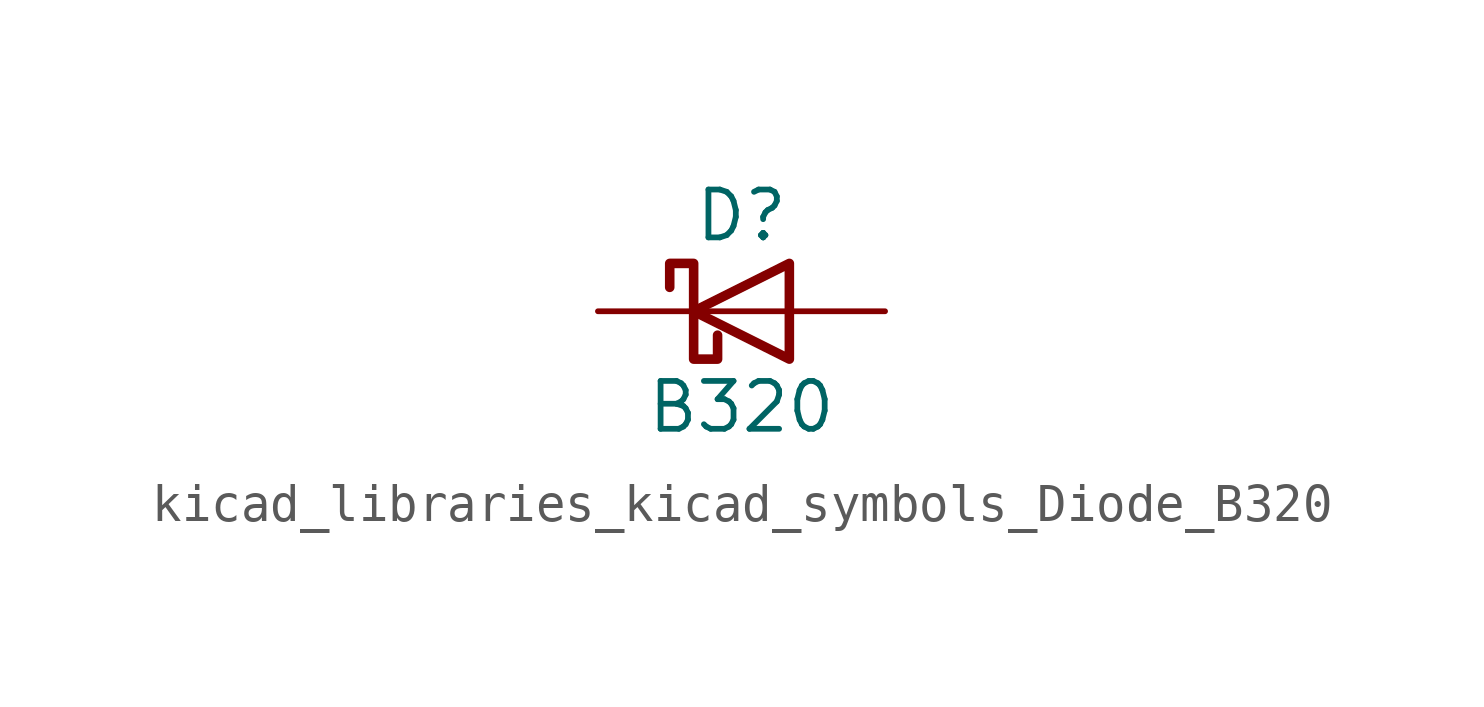
<source format=kicad_sym>
(kicad_symbol_lib
  (version 20220914)
  (generator kicad_symbol_editor)
  (symbol "kicad_libraries_kicad_symbols_Diode_B320"
    (pin_numbers hide)
    (pin_names
      (offset 1.016) hide)
    (property "Reference" "D"
      (at 0 2.54 0)
      (effects (font (size 1.27 1.27))))
    (property "Value" "B320"
      (at 0 -2.54 0)
      (effects (font (size 1.27 1.27))))
    (symbol "kicad_libraries_kicad_symbols_Diode_B320_0_1"
      (polyline (pts (xy 1.27 0) (xy -1.27 0)) (stroke (width 0) (type default)) (fill (type none)))
      (polyline (pts (xy 1.27 1.27) (xy 1.27 -1.27) (xy -1.27 0) (xy 1.27 1.27)) (stroke (width 0.254) (type default)) (fill (type none)))
      (polyline (pts (xy -1.905 0.635) (xy -1.905 1.27) (xy -1.27 1.27) (xy -1.27 -1.27) (xy -0.635 -1.27) (xy -0.635 -0.635)) (stroke (width 0.254) (type default)) (fill (type none))))
    (symbol "kicad_libraries_kicad_symbols_Diode_B320_1_1"
      (pin passive line (at -3.81 0 0) (length 2.54) (name "K" (effects (font (size 1.27 1.27)))) (number "1" (effects (font (size 1.27 1.27)))))
      (pin passive line (at 3.81 0 180) (length 2.54) (name "A" (effects (font (size 1.27 1.27)))) (number "2" (effects (font (size 1.27 1.27))))))))
</source>
